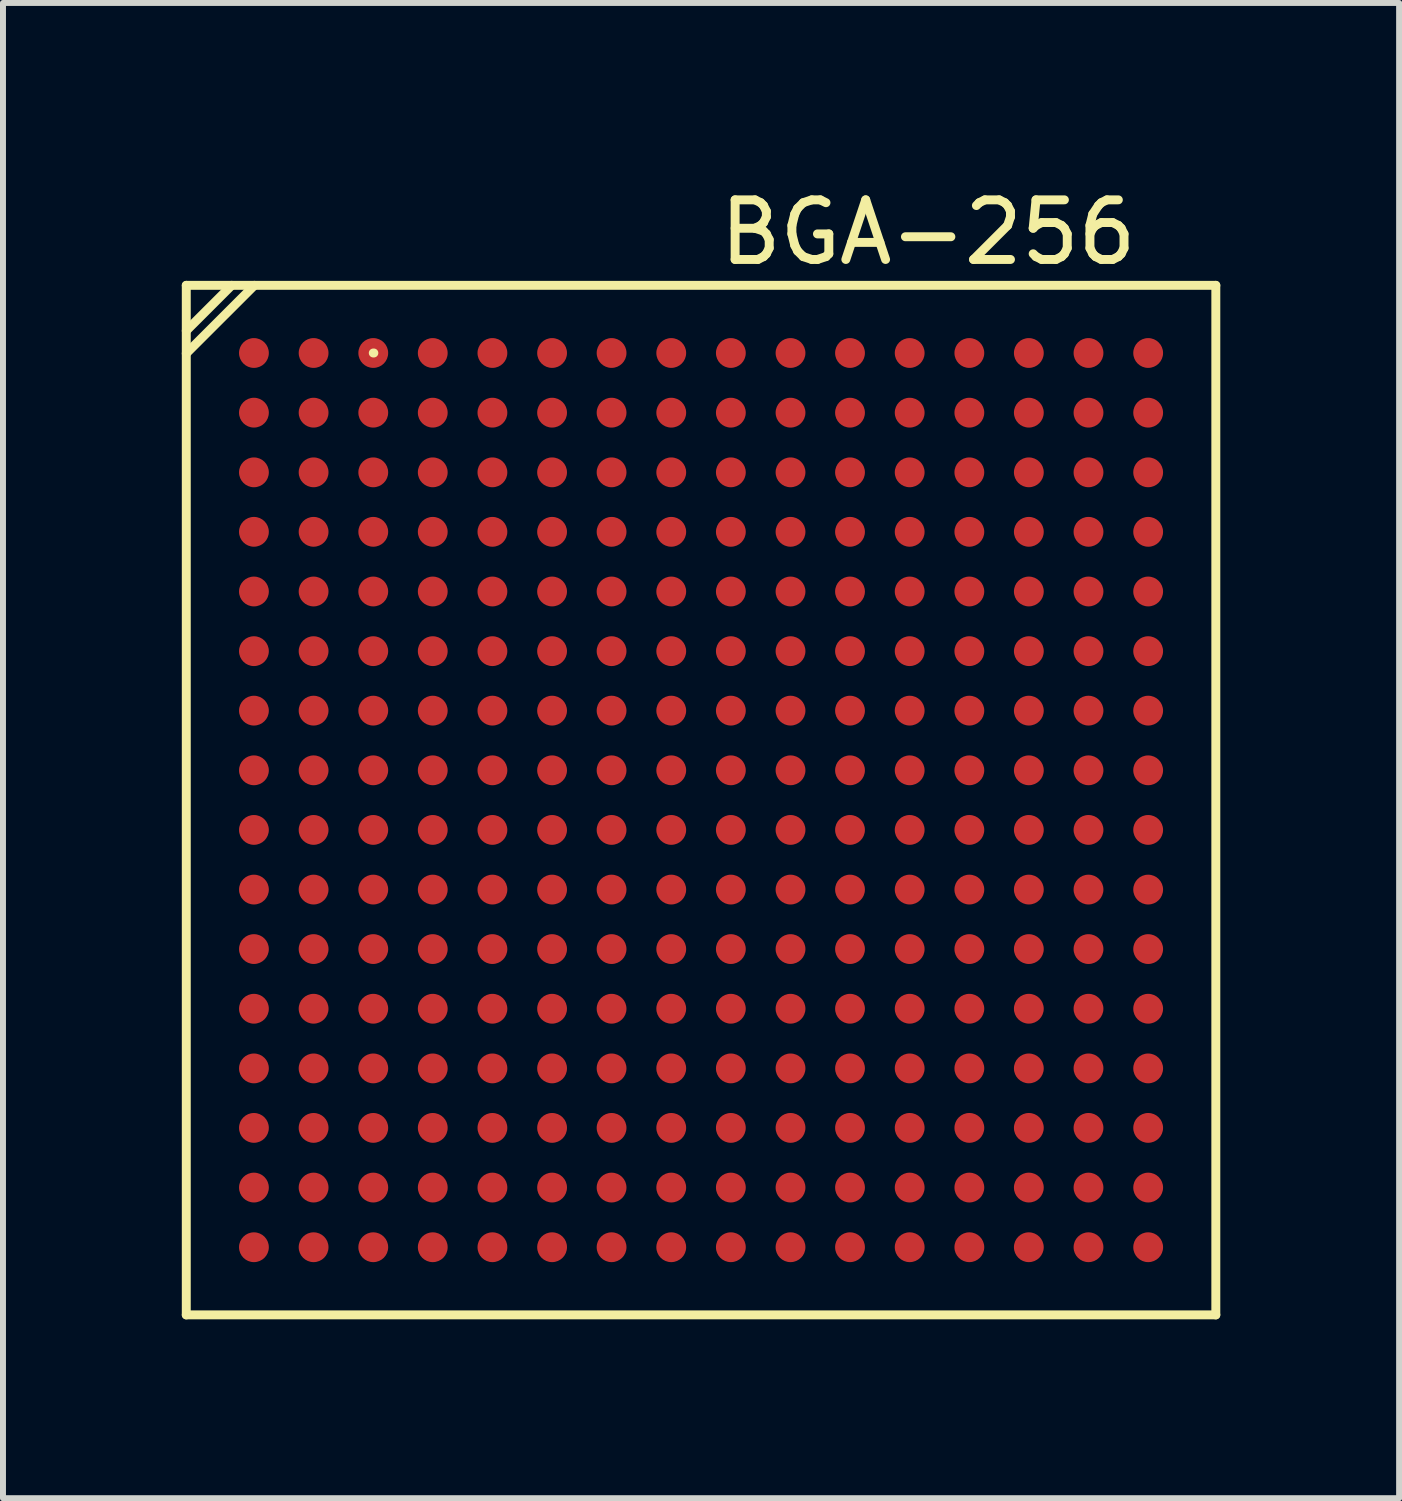
<source format=kicad_pcb>
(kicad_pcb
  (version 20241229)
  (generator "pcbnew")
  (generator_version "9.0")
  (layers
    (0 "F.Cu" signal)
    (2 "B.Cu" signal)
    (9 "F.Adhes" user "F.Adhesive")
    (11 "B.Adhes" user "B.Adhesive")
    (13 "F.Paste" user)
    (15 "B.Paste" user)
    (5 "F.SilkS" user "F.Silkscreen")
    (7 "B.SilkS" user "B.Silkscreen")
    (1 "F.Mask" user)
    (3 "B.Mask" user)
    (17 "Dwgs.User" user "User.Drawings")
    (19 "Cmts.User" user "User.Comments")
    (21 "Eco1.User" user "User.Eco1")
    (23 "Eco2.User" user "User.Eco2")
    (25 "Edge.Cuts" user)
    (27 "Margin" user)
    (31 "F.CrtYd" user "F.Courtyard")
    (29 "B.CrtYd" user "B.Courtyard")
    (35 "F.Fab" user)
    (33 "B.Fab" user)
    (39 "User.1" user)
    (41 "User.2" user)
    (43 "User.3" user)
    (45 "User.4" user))
  (footprint "BGA-256"
    (layer "F.Cu")
    (at 8.711 10.373)
    (property "Reference" "BGA-256" (at 3.81 -9.525 0) (layer "F.SilkS") (effects (font (size 1 1) (thickness 0.15))))
    (attr smd)
    (fp_line (start -8.636 -8.636) (end 8.636 -8.636) (stroke (width 0.15) (type solid)) (layer "F.SilkS"))
    (fp_line (start -8.636 -7.874) (end -7.874 -8.636) (stroke (width 0.15) (type solid)) (layer "F.SilkS"))
    (fp_line (start -8.636 -7.493) (end -7.493 -8.636) (stroke (width 0.15) (type solid)) (layer "F.SilkS"))
    (fp_line (start -8.636 8.636) (end -8.636 -8.636) (stroke (width 0.15) (type solid)) (layer "F.SilkS"))
    (fp_line (start -5.499 -7.501) (end -5.489 -7.501) (stroke (width 0.15) (type solid)) (layer "F.SilkS"))
    (fp_line (start 8.636 -8.636) (end 8.636 8.636) (stroke (width 0.15) (type solid)) (layer "F.SilkS"))
    (fp_line (start 8.636 8.636) (end -8.636 8.636) (stroke (width 0.15) (type solid)) (layer "F.SilkS"))
    (pad "A1" smd circle (at -7.501 -7.501) (size 0.5 0.5) (layers "F.Cu" "F.Mask" "F.Paste"))
    (pad "A2" smd circle (at -6.5 -7.501) (size 0.5 0.5) (layers "F.Cu" "F.Mask" "F.Paste"))
    (pad "A3" smd circle (at -5.499 -7.501) (size 0.5 0.5) (layers "F.Cu" "F.Mask" "F.Paste"))
    (pad "A4" smd circle (at -4.501 -7.501) (size 0.5 0.5) (layers "F.Cu" "F.Mask" "F.Paste"))
    (pad "A5" smd circle (at -3.5 -7.501) (size 0.5 0.5) (layers "F.Cu" "F.Mask" "F.Paste"))
    (pad "A6" smd circle (at -2.499 -7.501) (size 0.5 0.5) (layers "F.Cu" "F.Mask" "F.Paste"))
    (pad "A7" smd circle (at -1.501 -7.501) (size 0.5 0.5) (layers "F.Cu" "F.Mask" "F.Paste"))
    (pad "A8" smd circle (at -0.5 -7.501) (size 0.5 0.5) (layers "F.Cu" "F.Mask" "F.Paste"))
    (pad "A9" smd circle (at 0.5 -7.501) (size 0.5 0.5) (layers "F.Cu" "F.Mask" "F.Paste"))
    (pad "A10" smd circle (at 1.501 -7.501) (size 0.5 0.5) (layers "F.Cu" "F.Mask" "F.Paste"))
    (pad "A11" smd circle (at 2.499 -7.501) (size 0.5 0.5) (layers "F.Cu" "F.Mask" "F.Paste"))
    (pad "A12" smd circle (at 3.5 -7.501) (size 0.5 0.5) (layers "F.Cu" "F.Mask" "F.Paste"))
    (pad "A13" smd circle (at 4.501 -7.501) (size 0.5 0.5) (layers "F.Cu" "F.Mask" "F.Paste"))
    (pad "A14" smd circle (at 5.499 -7.501) (size 0.5 0.5) (layers "F.Cu" "F.Mask" "F.Paste"))
    (pad "A15" smd circle (at 6.5 -7.501) (size 0.5 0.5) (layers "F.Cu" "F.Mask" "F.Paste"))
    (pad "A16" smd circle (at 7.501 -7.501) (size 0.5 0.5) (layers "F.Cu" "F.Mask" "F.Paste"))
    (pad "B1" smd circle (at -7.501 -6.5) (size 0.5 0.5) (layers "F.Cu" "F.Mask" "F.Paste"))
    (pad "B2" smd circle (at -6.5 -6.5) (size 0.5 0.5) (layers "F.Cu" "F.Mask" "F.Paste"))
    (pad "B3" smd circle (at -5.499 -6.5) (size 0.5 0.5) (layers "F.Cu" "F.Mask" "F.Paste"))
    (pad "B4" smd circle (at -4.501 -6.5) (size 0.5 0.5) (layers "F.Cu" "F.Mask" "F.Paste"))
    (pad "B5" smd circle (at -3.5 -6.5) (size 0.5 0.5) (layers "F.Cu" "F.Mask" "F.Paste"))
    (pad "B6" smd circle (at -2.499 -6.5) (size 0.5 0.5) (layers "F.Cu" "F.Mask" "F.Paste"))
    (pad "B7" smd circle (at -1.501 -6.5) (size 0.5 0.5) (layers "F.Cu" "F.Mask" "F.Paste"))
    (pad "B8" smd circle (at -0.5 -6.5) (size 0.5 0.5) (layers "F.Cu" "F.Mask" "F.Paste"))
    (pad "B9" smd circle (at 0.5 -6.5) (size 0.5 0.5) (layers "F.Cu" "F.Mask" "F.Paste"))
    (pad "B10" smd circle (at 1.501 -6.5) (size 0.5 0.5) (layers "F.Cu" "F.Mask" "F.Paste"))
    (pad "B11" smd circle (at 2.499 -6.5) (size 0.5 0.5) (layers "F.Cu" "F.Mask" "F.Paste"))
    (pad "B12" smd circle (at 3.5 -6.5) (size 0.5 0.5) (layers "F.Cu" "F.Mask" "F.Paste"))
    (pad "B13" smd circle (at 4.501 -6.5) (size 0.5 0.5) (layers "F.Cu" "F.Mask" "F.Paste"))
    (pad "B14" smd circle (at 5.499 -6.5) (size 0.5 0.5) (layers "F.Cu" "F.Mask" "F.Paste"))
    (pad "B15" smd circle (at 6.5 -6.5) (size 0.5 0.5) (layers "F.Cu" "F.Mask" "F.Paste"))
    (pad "B16" smd circle (at 7.501 -6.5) (size 0.5 0.5) (layers "F.Cu" "F.Mask" "F.Paste"))
    (pad "C1" smd circle (at -7.501 -5.499) (size 0.5 0.5) (layers "F.Cu" "F.Mask" "F.Paste"))
    (pad "C2" smd circle (at -6.5 -5.499) (size 0.5 0.5) (layers "F.Cu" "F.Mask" "F.Paste"))
    (pad "C3" smd circle (at -5.499 -5.499) (size 0.5 0.5) (layers "F.Cu" "F.Mask" "F.Paste"))
    (pad "C4" smd circle (at -4.501 -5.499) (size 0.5 0.5) (layers "F.Cu" "F.Mask" "F.Paste"))
    (pad "C5" smd circle (at -3.5 -5.499) (size 0.5 0.5) (layers "F.Cu" "F.Mask" "F.Paste"))
    (pad "C6" smd circle (at -2.499 -5.499) (size 0.5 0.5) (layers "F.Cu" "F.Mask" "F.Paste"))
    (pad "C7" smd circle (at -1.501 -5.499) (size 0.5 0.5) (layers "F.Cu" "F.Mask" "F.Paste"))
    (pad "C8" smd circle (at -0.5 -5.499) (size 0.5 0.5) (layers "F.Cu" "F.Mask" "F.Paste"))
    (pad "C9" smd circle (at 0.5 -5.499) (size 0.5 0.5) (layers "F.Cu" "F.Mask" "F.Paste"))
    (pad "C10" smd circle (at 1.501 -5.499) (size 0.5 0.5) (layers "F.Cu" "F.Mask" "F.Paste"))
    (pad "C11" smd circle (at 2.499 -5.499) (size 0.5 0.5) (layers "F.Cu" "F.Mask" "F.Paste"))
    (pad "C12" smd circle (at 3.5 -5.499) (size 0.5 0.5) (layers "F.Cu" "F.Mask" "F.Paste"))
    (pad "C13" smd circle (at 4.501 -5.499) (size 0.5 0.5) (layers "F.Cu" "F.Mask" "F.Paste"))
    (pad "C14" smd circle (at 5.499 -5.499) (size 0.5 0.5) (layers "F.Cu" "F.Mask" "F.Paste"))
    (pad "C15" smd circle (at 6.5 -5.499) (size 0.5 0.5) (layers "F.Cu" "F.Mask" "F.Paste"))
    (pad "C16" smd circle (at 7.501 -5.499) (size 0.5 0.5) (layers "F.Cu" "F.Mask" "F.Paste"))
    (pad "D1" smd circle (at -7.501 -4.501) (size 0.5 0.5) (layers "F.Cu" "F.Mask" "F.Paste"))
    (pad "D2" smd circle (at -6.5 -4.501) (size 0.5 0.5) (layers "F.Cu" "F.Mask" "F.Paste"))
    (pad "D3" smd circle (at -5.499 -4.501) (size 0.5 0.5) (layers "F.Cu" "F.Mask" "F.Paste"))
    (pad "D4" smd circle (at -4.501 -4.501) (size 0.5 0.5) (layers "F.Cu" "F.Mask" "F.Paste"))
    (pad "D5" smd circle (at -3.5 -4.501) (size 0.5 0.5) (layers "F.Cu" "F.Mask" "F.Paste"))
    (pad "D6" smd circle (at -2.499 -4.501) (size 0.5 0.5) (layers "F.Cu" "F.Mask" "F.Paste"))
    (pad "D7" smd circle (at -1.501 -4.501) (size 0.5 0.5) (layers "F.Cu" "F.Mask" "F.Paste"))
    (pad "D8" smd circle (at -0.5 -4.501) (size 0.5 0.5) (layers "F.Cu" "F.Mask" "F.Paste"))
    (pad "D9" smd circle (at 0.5 -4.501) (size 0.5 0.5) (layers "F.Cu" "F.Mask" "F.Paste"))
    (pad "D10" smd circle (at 1.501 -4.501) (size 0.5 0.5) (layers "F.Cu" "F.Mask" "F.Paste"))
    (pad "D11" smd circle (at 2.499 -4.501) (size 0.5 0.5) (layers "F.Cu" "F.Mask" "F.Paste"))
    (pad "D12" smd circle (at 3.5 -4.501) (size 0.5 0.5) (layers "F.Cu" "F.Mask" "F.Paste"))
    (pad "D13" smd circle (at 4.501 -4.501) (size 0.5 0.5) (layers "F.Cu" "F.Mask" "F.Paste"))
    (pad "D14" smd circle (at 5.499 -4.501) (size 0.5 0.5) (layers "F.Cu" "F.Mask" "F.Paste"))
    (pad "D15" smd circle (at 6.5 -4.501) (size 0.5 0.5) (layers "F.Cu" "F.Mask" "F.Paste"))
    (pad "D16" smd circle (at 7.501 -4.501) (size 0.5 0.5) (layers "F.Cu" "F.Mask" "F.Paste"))
    (pad "E1" smd circle (at -7.501 -3.5) (size 0.5 0.5) (layers "F.Cu" "F.Mask" "F.Paste"))
    (pad "E2" smd circle (at -6.5 -3.5) (size 0.5 0.5) (layers "F.Cu" "F.Mask" "F.Paste"))
    (pad "E3" smd circle (at -5.499 -3.5) (size 0.5 0.5) (layers "F.Cu" "F.Mask" "F.Paste"))
    (pad "E4" smd circle (at -4.501 -3.5) (size 0.5 0.5) (layers "F.Cu" "F.Mask" "F.Paste"))
    (pad "E5" smd circle (at -3.5 -3.5) (size 0.5 0.5) (layers "F.Cu" "F.Mask" "F.Paste"))
    (pad "E6" smd circle (at -2.499 -3.5) (size 0.5 0.5) (layers "F.Cu" "F.Mask" "F.Paste"))
    (pad "E7" smd circle (at -1.501 -3.5) (size 0.5 0.5) (layers "F.Cu" "F.Mask" "F.Paste"))
    (pad "E8" smd circle (at -0.5 -3.5) (size 0.5 0.5) (layers "F.Cu" "F.Mask" "F.Paste"))
    (pad "E9" smd circle (at 0.5 -3.5) (size 0.5 0.5) (layers "F.Cu" "F.Mask" "F.Paste"))
    (pad "E10" smd circle (at 1.501 -3.5) (size 0.5 0.5) (layers "F.Cu" "F.Mask" "F.Paste"))
    (pad "E11" smd circle (at 2.499 -3.5) (size 0.5 0.5) (layers "F.Cu" "F.Mask" "F.Paste"))
    (pad "E12" smd circle (at 3.5 -3.5) (size 0.5 0.5) (layers "F.Cu" "F.Mask" "F.Paste"))
    (pad "E13" smd circle (at 4.501 -3.5) (size 0.5 0.5) (layers "F.Cu" "F.Mask" "F.Paste"))
    (pad "E14" smd circle (at 5.499 -3.5) (size 0.5 0.5) (layers "F.Cu" "F.Mask" "F.Paste"))
    (pad "E15" smd circle (at 6.5 -3.5) (size 0.5 0.5) (layers "F.Cu" "F.Mask" "F.Paste"))
    (pad "E16" smd circle (at 7.501 -3.5) (size 0.5 0.5) (layers "F.Cu" "F.Mask" "F.Paste"))
    (pad "F1" smd circle (at -7.501 -2.499) (size 0.5 0.5) (layers "F.Cu" "F.Mask" "F.Paste"))
    (pad "F2" smd circle (at -6.5 -2.499) (size 0.5 0.5) (layers "F.Cu" "F.Mask" "F.Paste"))
    (pad "F3" smd circle (at -5.499 -2.499) (size 0.5 0.5) (layers "F.Cu" "F.Mask" "F.Paste"))
    (pad "F4" smd circle (at -4.501 -2.499) (size 0.5 0.5) (layers "F.Cu" "F.Mask" "F.Paste"))
    (pad "F5" smd circle (at -3.5 -2.499) (size 0.5 0.5) (layers "F.Cu" "F.Mask" "F.Paste"))
    (pad "F6" smd circle (at -2.499 -2.499) (size 0.5 0.5) (layers "F.Cu" "F.Mask" "F.Paste"))
    (pad "F7" smd circle (at -1.501 -2.499) (size 0.5 0.5) (layers "F.Cu" "F.Mask" "F.Paste"))
    (pad "F8" smd circle (at -0.5 -2.499) (size 0.5 0.5) (layers "F.Cu" "F.Mask" "F.Paste"))
    (pad "F9" smd circle (at 0.5 -2.499) (size 0.5 0.5) (layers "F.Cu" "F.Mask" "F.Paste"))
    (pad "F10" smd circle (at 1.501 -2.499) (size 0.5 0.5) (layers "F.Cu" "F.Mask" "F.Paste"))
    (pad "F11" smd circle (at 2.499 -2.499) (size 0.5 0.5) (layers "F.Cu" "F.Mask" "F.Paste"))
    (pad "F12" smd circle (at 3.5 -2.499) (size 0.5 0.5) (layers "F.Cu" "F.Mask" "F.Paste"))
    (pad "F13" smd circle (at 4.501 -2.499) (size 0.5 0.5) (layers "F.Cu" "F.Mask" "F.Paste"))
    (pad "F14" smd circle (at 5.499 -2.499) (size 0.5 0.5) (layers "F.Cu" "F.Mask" "F.Paste"))
    (pad "F15" smd circle (at 6.5 -2.499) (size 0.5 0.5) (layers "F.Cu" "F.Mask" "F.Paste"))
    (pad "F16" smd circle (at 7.501 -2.499) (size 0.5 0.5) (layers "F.Cu" "F.Mask" "F.Paste"))
    (pad "G1" smd circle (at -7.501 -1.501) (size 0.5 0.5) (layers "F.Cu" "F.Mask" "F.Paste"))
    (pad "G2" smd circle (at -6.5 -1.501) (size 0.5 0.5) (layers "F.Cu" "F.Mask" "F.Paste"))
    (pad "G3" smd circle (at -5.499 -1.501) (size 0.5 0.5) (layers "F.Cu" "F.Mask" "F.Paste"))
    (pad "G4" smd circle (at -4.501 -1.501) (size 0.5 0.5) (layers "F.Cu" "F.Mask" "F.Paste"))
    (pad "G5" smd circle (at -3.5 -1.501) (size 0.5 0.5) (layers "F.Cu" "F.Mask" "F.Paste"))
    (pad "G6" smd circle (at -2.499 -1.501) (size 0.5 0.5) (layers "F.Cu" "F.Mask" "F.Paste"))
    (pad "G7" smd circle (at -1.501 -1.501) (size 0.5 0.5) (layers "F.Cu" "F.Mask" "F.Paste"))
    (pad "G8" smd circle (at -0.5 -1.501) (size 0.5 0.5) (layers "F.Cu" "F.Mask" "F.Paste"))
    (pad "G9" smd circle (at 0.5 -1.501) (size 0.5 0.5) (layers "F.Cu" "F.Mask" "F.Paste"))
    (pad "G10" smd circle (at 1.501 -1.501) (size 0.5 0.5) (layers "F.Cu" "F.Mask" "F.Paste"))
    (pad "G11" smd circle (at 2.499 -1.501) (size 0.5 0.5) (layers "F.Cu" "F.Mask" "F.Paste"))
    (pad "G12" smd circle (at 3.5 -1.501) (size 0.5 0.5) (layers "F.Cu" "F.Mask" "F.Paste"))
    (pad "G13" smd circle (at 4.501 -1.501) (size 0.5 0.5) (layers "F.Cu" "F.Mask" "F.Paste"))
    (pad "G14" smd circle (at 5.499 -1.501) (size 0.5 0.5) (layers "F.Cu" "F.Mask" "F.Paste"))
    (pad "G15" smd circle (at 6.5 -1.501) (size 0.5 0.5) (layers "F.Cu" "F.Mask" "F.Paste"))
    (pad "G16" smd circle (at 7.501 -1.501) (size 0.5 0.5) (layers "F.Cu" "F.Mask" "F.Paste"))
    (pad "H1" smd circle (at -7.501 -0.5) (size 0.5 0.5) (layers "F.Cu" "F.Mask" "F.Paste"))
    (pad "H2" smd circle (at -6.5 -0.5) (size 0.5 0.5) (layers "F.Cu" "F.Mask" "F.Paste"))
    (pad "H3" smd circle (at -5.499 -0.5) (size 0.5 0.5) (layers "F.Cu" "F.Mask" "F.Paste"))
    (pad "H4" smd circle (at -4.501 -0.5) (size 0.5 0.5) (layers "F.Cu" "F.Mask" "F.Paste"))
    (pad "H5" smd circle (at -3.5 -0.5) (size 0.5 0.5) (layers "F.Cu" "F.Mask" "F.Paste"))
    (pad "H6" smd circle (at -2.499 -0.5) (size 0.5 0.5) (layers "F.Cu" "F.Mask" "F.Paste"))
    (pad "H7" smd circle (at -1.501 -0.5) (size 0.5 0.5) (layers "F.Cu" "F.Mask" "F.Paste"))
    (pad "H8" smd circle (at -0.5 -0.5) (size 0.5 0.5) (layers "F.Cu" "F.Mask" "F.Paste"))
    (pad "H9" smd circle (at 0.5 -0.5) (size 0.5 0.5) (layers "F.Cu" "F.Mask" "F.Paste"))
    (pad "H10" smd circle (at 1.501 -0.5) (size 0.5 0.5) (layers "F.Cu" "F.Mask" "F.Paste"))
    (pad "H11" smd circle (at 2.499 -0.5) (size 0.5 0.5) (layers "F.Cu" "F.Mask" "F.Paste"))
    (pad "H12" smd circle (at 3.5 -0.5) (size 0.5 0.5) (layers "F.Cu" "F.Mask" "F.Paste"))
    (pad "H13" smd circle (at 4.501 -0.5) (size 0.5 0.5) (layers "F.Cu" "F.Mask" "F.Paste"))
    (pad "H14" smd circle (at 5.499 -0.5) (size 0.5 0.5) (layers "F.Cu" "F.Mask" "F.Paste"))
    (pad "H15" smd circle (at 6.5 -0.5) (size 0.5 0.5) (layers "F.Cu" "F.Mask" "F.Paste"))
    (pad "H16" smd circle (at 7.501 -0.5) (size 0.5 0.5) (layers "F.Cu" "F.Mask" "F.Paste"))
    (pad "J1" smd circle (at -7.501 0.5) (size 0.5 0.5) (layers "F.Cu" "F.Mask" "F.Paste"))
    (pad "J2" smd circle (at -6.5 0.5) (size 0.5 0.5) (layers "F.Cu" "F.Mask" "F.Paste"))
    (pad "J3" smd circle (at -5.499 0.5) (size 0.5 0.5) (layers "F.Cu" "F.Mask" "F.Paste"))
    (pad "J4" smd circle (at -4.501 0.5) (size 0.5 0.5) (layers "F.Cu" "F.Mask" "F.Paste"))
    (pad "J5" smd circle (at -3.5 0.5) (size 0.5 0.5) (layers "F.Cu" "F.Mask" "F.Paste"))
    (pad "J6" smd circle (at -2.499 0.5) (size 0.5 0.5) (layers "F.Cu" "F.Mask" "F.Paste"))
    (pad "J7" smd circle (at -1.501 0.5) (size 0.5 0.5) (layers "F.Cu" "F.Mask" "F.Paste"))
    (pad "J8" smd circle (at -0.5 0.5) (size 0.5 0.5) (layers "F.Cu" "F.Mask" "F.Paste"))
    (pad "J9" smd circle (at 0.5 0.5) (size 0.5 0.5) (layers "F.Cu" "F.Mask" "F.Paste"))
    (pad "J10" smd circle (at 1.501 0.5) (size 0.5 0.5) (layers "F.Cu" "F.Mask" "F.Paste"))
    (pad "J11" smd circle (at 2.499 0.5) (size 0.5 0.5) (layers "F.Cu" "F.Mask" "F.Paste"))
    (pad "J12" smd circle (at 3.5 0.5) (size 0.5 0.5) (layers "F.Cu" "F.Mask" "F.Paste"))
    (pad "J13" smd circle (at 4.501 0.5) (size 0.5 0.5) (layers "F.Cu" "F.Mask" "F.Paste"))
    (pad "J14" smd circle (at 5.499 0.5) (size 0.5 0.5) (layers "F.Cu" "F.Mask" "F.Paste"))
    (pad "J15" smd circle (at 6.5 0.5) (size 0.5 0.5) (layers "F.Cu" "F.Mask" "F.Paste"))
    (pad "J16" smd circle (at 7.501 0.5) (size 0.5 0.5) (layers "F.Cu" "F.Mask" "F.Paste"))
    (pad "K1" smd circle (at -7.501 1.501) (size 0.5 0.5) (layers "F.Cu" "F.Mask" "F.Paste"))
    (pad "K2" smd circle (at -6.5 1.501) (size 0.5 0.5) (layers "F.Cu" "F.Mask" "F.Paste"))
    (pad "K3" smd circle (at -5.499 1.501) (size 0.5 0.5) (layers "F.Cu" "F.Mask" "F.Paste"))
    (pad "K4" smd circle (at -4.501 1.501) (size 0.5 0.5) (layers "F.Cu" "F.Mask" "F.Paste"))
    (pad "K5" smd circle (at -3.5 1.501) (size 0.5 0.5) (layers "F.Cu" "F.Mask" "F.Paste"))
    (pad "K6" smd circle (at -2.499 1.501) (size 0.5 0.5) (layers "F.Cu" "F.Mask" "F.Paste"))
    (pad "K7" smd circle (at -1.501 1.501) (size 0.5 0.5) (layers "F.Cu" "F.Mask" "F.Paste"))
    (pad "K8" smd circle (at -0.5 1.501) (size 0.5 0.5) (layers "F.Cu" "F.Mask" "F.Paste"))
    (pad "K9" smd circle (at 0.5 1.501) (size 0.5 0.5) (layers "F.Cu" "F.Mask" "F.Paste"))
    (pad "K10" smd circle (at 1.501 1.501) (size 0.5 0.5) (layers "F.Cu" "F.Mask" "F.Paste"))
    (pad "K11" smd circle (at 2.499 1.501) (size 0.5 0.5) (layers "F.Cu" "F.Mask" "F.Paste"))
    (pad "K12" smd circle (at 3.5 1.501) (size 0.5 0.5) (layers "F.Cu" "F.Mask" "F.Paste"))
    (pad "K13" smd circle (at 4.501 1.501) (size 0.5 0.5) (layers "F.Cu" "F.Mask" "F.Paste"))
    (pad "K14" smd circle (at 5.499 1.501) (size 0.5 0.5) (layers "F.Cu" "F.Mask" "F.Paste"))
    (pad "K15" smd circle (at 6.5 1.501) (size 0.5 0.5) (layers "F.Cu" "F.Mask" "F.Paste"))
    (pad "K16" smd circle (at 7.501 1.501) (size 0.5 0.5) (layers "F.Cu" "F.Mask" "F.Paste"))
    (pad "L1" smd circle (at -7.501 2.499) (size 0.5 0.5) (layers "F.Cu" "F.Mask" "F.Paste"))
    (pad "L2" smd circle (at -6.5 2.499) (size 0.5 0.5) (layers "F.Cu" "F.Mask" "F.Paste"))
    (pad "L3" smd circle (at -5.499 2.499) (size 0.5 0.5) (layers "F.Cu" "F.Mask" "F.Paste"))
    (pad "L4" smd circle (at -4.501 2.499) (size 0.5 0.5) (layers "F.Cu" "F.Mask" "F.Paste"))
    (pad "L5" smd circle (at -3.5 2.499) (size 0.5 0.5) (layers "F.Cu" "F.Mask" "F.Paste"))
    (pad "L6" smd circle (at -2.499 2.499) (size 0.5 0.5) (layers "F.Cu" "F.Mask" "F.Paste"))
    (pad "L7" smd circle (at -1.501 2.499) (size 0.5 0.5) (layers "F.Cu" "F.Mask" "F.Paste"))
    (pad "L8" smd circle (at -0.5 2.499) (size 0.5 0.5) (layers "F.Cu" "F.Mask" "F.Paste"))
    (pad "L9" smd circle (at 0.5 2.499) (size 0.5 0.5) (layers "F.Cu" "F.Mask" "F.Paste"))
    (pad "L10" smd circle (at 1.501 2.499) (size 0.5 0.5) (layers "F.Cu" "F.Mask" "F.Paste"))
    (pad "L11" smd circle (at 2.499 2.499) (size 0.5 0.5) (layers "F.Cu" "F.Mask" "F.Paste"))
    (pad "L12" smd circle (at 3.5 2.499) (size 0.5 0.5) (layers "F.Cu" "F.Mask" "F.Paste"))
    (pad "L13" smd circle (at 4.501 2.499) (size 0.5 0.5) (layers "F.Cu" "F.Mask" "F.Paste"))
    (pad "L14" smd circle (at 5.499 2.499) (size 0.5 0.5) (layers "F.Cu" "F.Mask" "F.Paste"))
    (pad "L15" smd circle (at 6.5 2.499) (size 0.5 0.5) (layers "F.Cu" "F.Mask" "F.Paste"))
    (pad "L16" smd circle (at 7.501 2.499) (size 0.5 0.5) (layers "F.Cu" "F.Mask" "F.Paste"))
    (pad "M1" smd circle (at -7.501 3.5) (size 0.5 0.5) (layers "F.Cu" "F.Mask" "F.Paste"))
    (pad "M2" smd circle (at -6.5 3.5) (size 0.5 0.5) (layers "F.Cu" "F.Mask" "F.Paste"))
    (pad "M3" smd circle (at -5.499 3.5) (size 0.5 0.5) (layers "F.Cu" "F.Mask" "F.Paste"))
    (pad "M4" smd circle (at -4.501 3.5) (size 0.5 0.5) (layers "F.Cu" "F.Mask" "F.Paste"))
    (pad "M5" smd circle (at -3.5 3.5) (size 0.5 0.5) (layers "F.Cu" "F.Mask" "F.Paste"))
    (pad "M6" smd circle (at -2.499 3.5) (size 0.5 0.5) (layers "F.Cu" "F.Mask" "F.Paste"))
    (pad "M7" smd circle (at -1.501 3.5) (size 0.5 0.5) (layers "F.Cu" "F.Mask" "F.Paste"))
    (pad "M8" smd circle (at -0.5 3.5) (size 0.5 0.5) (layers "F.Cu" "F.Mask" "F.Paste"))
    (pad "M9" smd circle (at 0.5 3.5) (size 0.5 0.5) (layers "F.Cu" "F.Mask" "F.Paste"))
    (pad "M10" smd circle (at 1.501 3.5) (size 0.5 0.5) (layers "F.Cu" "F.Mask" "F.Paste"))
    (pad "M11" smd circle (at 2.499 3.5) (size 0.5 0.5) (layers "F.Cu" "F.Mask" "F.Paste"))
    (pad "M12" smd circle (at 3.5 3.5) (size 0.5 0.5) (layers "F.Cu" "F.Mask" "F.Paste"))
    (pad "M13" smd circle (at 4.501 3.5) (size 0.5 0.5) (layers "F.Cu" "F.Mask" "F.Paste"))
    (pad "M14" smd circle (at 5.499 3.5) (size 0.5 0.5) (layers "F.Cu" "F.Mask" "F.Paste"))
    (pad "M15" smd circle (at 6.5 3.5) (size 0.5 0.5) (layers "F.Cu" "F.Mask" "F.Paste"))
    (pad "M16" smd circle (at 7.501 3.5) (size 0.5 0.5) (layers "F.Cu" "F.Mask" "F.Paste"))
    (pad "N1" smd circle (at -7.501 4.501) (size 0.5 0.5) (layers "F.Cu" "F.Mask" "F.Paste"))
    (pad "N2" smd circle (at -6.5 4.501) (size 0.5 0.5) (layers "F.Cu" "F.Mask" "F.Paste"))
    (pad "N3" smd circle (at -5.499 4.501) (size 0.5 0.5) (layers "F.Cu" "F.Mask" "F.Paste"))
    (pad "N4" smd circle (at -4.501 4.501) (size 0.5 0.5) (layers "F.Cu" "F.Mask" "F.Paste"))
    (pad "N5" smd circle (at -3.5 4.501) (size 0.5 0.5) (layers "F.Cu" "F.Mask" "F.Paste"))
    (pad "N6" smd circle (at -2.499 4.501) (size 0.5 0.5) (layers "F.Cu" "F.Mask" "F.Paste"))
    (pad "N7" smd circle (at -1.501 4.501) (size 0.5 0.5) (layers "F.Cu" "F.Mask" "F.Paste"))
    (pad "N8" smd circle (at -0.5 4.501) (size 0.5 0.5) (layers "F.Cu" "F.Mask" "F.Paste"))
    (pad "N9" smd circle (at 0.5 4.501) (size 0.5 0.5) (layers "F.Cu" "F.Mask" "F.Paste"))
    (pad "N10" smd circle (at 1.501 4.501) (size 0.5 0.5) (layers "F.Cu" "F.Mask" "F.Paste"))
    (pad "N11" smd circle (at 2.499 4.501) (size 0.5 0.5) (layers "F.Cu" "F.Mask" "F.Paste"))
    (pad "N12" smd circle (at 3.5 4.501) (size 0.5 0.5) (layers "F.Cu" "F.Mask" "F.Paste"))
    (pad "N13" smd circle (at 4.501 4.501) (size 0.5 0.5) (layers "F.Cu" "F.Mask" "F.Paste"))
    (pad "N14" smd circle (at 5.499 4.501) (size 0.5 0.5) (layers "F.Cu" "F.Mask" "F.Paste"))
    (pad "N15" smd circle (at 6.5 4.501) (size 0.5 0.5) (layers "F.Cu" "F.Mask" "F.Paste"))
    (pad "N16" smd circle (at 7.501 4.501) (size 0.5 0.5) (layers "F.Cu" "F.Mask" "F.Paste"))
    (pad "P1" smd circle (at -7.501 5.499) (size 0.5 0.5) (layers "F.Cu" "F.Mask" "F.Paste"))
    (pad "P2" smd circle (at -6.5 5.499) (size 0.5 0.5) (layers "F.Cu" "F.Mask" "F.Paste"))
    (pad "P3" smd circle (at -5.499 5.499) (size 0.5 0.5) (layers "F.Cu" "F.Mask" "F.Paste"))
    (pad "P4" smd circle (at -4.501 5.499) (size 0.5 0.5) (layers "F.Cu" "F.Mask" "F.Paste"))
    (pad "P5" smd circle (at -3.5 5.499) (size 0.5 0.5) (layers "F.Cu" "F.Mask" "F.Paste"))
    (pad "P6" smd circle (at -2.499 5.499) (size 0.5 0.5) (layers "F.Cu" "F.Mask" "F.Paste"))
    (pad "P7" smd circle (at -1.501 5.499) (size 0.5 0.5) (layers "F.Cu" "F.Mask" "F.Paste"))
    (pad "P8" smd circle (at -0.5 5.499) (size 0.5 0.5) (layers "F.Cu" "F.Mask" "F.Paste"))
    (pad "P9" smd circle (at 0.5 5.499) (size 0.5 0.5) (layers "F.Cu" "F.Mask" "F.Paste"))
    (pad "P10" smd circle (at 1.501 5.499) (size 0.5 0.5) (layers "F.Cu" "F.Mask" "F.Paste"))
    (pad "P11" smd circle (at 2.499 5.499) (size 0.5 0.5) (layers "F.Cu" "F.Mask" "F.Paste"))
    (pad "P12" smd circle (at 3.5 5.499) (size 0.5 0.5) (layers "F.Cu" "F.Mask" "F.Paste"))
    (pad "P13" smd circle (at 4.501 5.499) (size 0.5 0.5) (layers "F.Cu" "F.Mask" "F.Paste"))
    (pad "P14" smd circle (at 5.499 5.499) (size 0.5 0.5) (layers "F.Cu" "F.Mask" "F.Paste"))
    (pad "P15" smd circle (at 6.5 5.499) (size 0.5 0.5) (layers "F.Cu" "F.Mask" "F.Paste"))
    (pad "P16" smd circle (at 7.501 5.499) (size 0.5 0.5) (layers "F.Cu" "F.Mask" "F.Paste"))
    (pad "R1" smd circle (at -7.501 6.5) (size 0.5 0.5) (layers "F.Cu" "F.Mask" "F.Paste"))
    (pad "R2" smd circle (at -6.5 6.5) (size 0.5 0.5) (layers "F.Cu" "F.Mask" "F.Paste"))
    (pad "R3" smd circle (at -5.499 6.5) (size 0.5 0.5) (layers "F.Cu" "F.Mask" "F.Paste"))
    (pad "R4" smd circle (at -4.501 6.5) (size 0.5 0.5) (layers "F.Cu" "F.Mask" "F.Paste"))
    (pad "R5" smd circle (at -3.5 6.5) (size 0.5 0.5) (layers "F.Cu" "F.Mask" "F.Paste"))
    (pad "R6" smd circle (at -2.499 6.5) (size 0.5 0.5) (layers "F.Cu" "F.Mask" "F.Paste"))
    (pad "R7" smd circle (at -1.501 6.5) (size 0.5 0.5) (layers "F.Cu" "F.Mask" "F.Paste"))
    (pad "R8" smd circle (at -0.5 6.5) (size 0.5 0.5) (layers "F.Cu" "F.Mask" "F.Paste"))
    (pad "R9" smd circle (at 0.5 6.5) (size 0.5 0.5) (layers "F.Cu" "F.Mask" "F.Paste"))
    (pad "R10" smd circle (at 1.501 6.5) (size 0.5 0.5) (layers "F.Cu" "F.Mask" "F.Paste"))
    (pad "R11" smd circle (at 2.499 6.5) (size 0.5 0.5) (layers "F.Cu" "F.Mask" "F.Paste"))
    (pad "R12" smd circle (at 3.5 6.5) (size 0.5 0.5) (layers "F.Cu" "F.Mask" "F.Paste"))
    (pad "R13" smd circle (at 4.501 6.5) (size 0.5 0.5) (layers "F.Cu" "F.Mask" "F.Paste"))
    (pad "R14" smd circle (at 5.499 6.5) (size 0.5 0.5) (layers "F.Cu" "F.Mask" "F.Paste"))
    (pad "R15" smd circle (at 6.5 6.5) (size 0.5 0.5) (layers "F.Cu" "F.Mask" "F.Paste"))
    (pad "R16" smd circle (at 7.501 6.5) (size 0.5 0.5) (layers "F.Cu" "F.Mask" "F.Paste"))
    (pad "T1" smd circle (at -7.501 7.501) (size 0.5 0.5) (layers "F.Cu" "F.Mask" "F.Paste"))
    (pad "T2" smd circle (at -6.5 7.501) (size 0.5 0.5) (layers "F.Cu" "F.Mask" "F.Paste"))
    (pad "T3" smd circle (at -5.499 7.501) (size 0.5 0.5) (layers "F.Cu" "F.Mask" "F.Paste"))
    (pad "T4" smd circle (at -4.501 7.501) (size 0.5 0.5) (layers "F.Cu" "F.Mask" "F.Paste"))
    (pad "T5" smd circle (at -3.5 7.501) (size 0.5 0.5) (layers "F.Cu" "F.Mask" "F.Paste"))
    (pad "T6" smd circle (at -2.499 7.501) (size 0.5 0.5) (layers "F.Cu" "F.Mask" "F.Paste"))
    (pad "T7" smd circle (at -1.501 7.501) (size 0.5 0.5) (layers "F.Cu" "F.Mask" "F.Paste"))
    (pad "T8" smd circle (at -0.5 7.501) (size 0.5 0.5) (layers "F.Cu" "F.Mask" "F.Paste"))
    (pad "T9" smd circle (at 0.5 7.501) (size 0.5 0.5) (layers "F.Cu" "F.Mask" "F.Paste"))
    (pad "T10" smd circle (at 1.501 7.501) (size 0.5 0.5) (layers "F.Cu" "F.Mask" "F.Paste"))
    (pad "T11" smd circle (at 2.499 7.501) (size 0.5 0.5) (layers "F.Cu" "F.Mask" "F.Paste"))
    (pad "T12" smd circle (at 3.5 7.501) (size 0.5 0.5) (layers "F.Cu" "F.Mask" "F.Paste"))
    (pad "T13" smd circle (at 4.501 7.501) (size 0.5 0.5) (layers "F.Cu" "F.Mask" "F.Paste"))
    (pad "T14" smd circle (at 5.499 7.501) (size 0.5 0.5) (layers "F.Cu" "F.Mask" "F.Paste"))
    (pad "T15" smd circle (at 6.5 7.501) (size 0.5 0.5) (layers "F.Cu" "F.Mask" "F.Paste"))
    (pad "T16" smd circle (at 7.501 7.501) (size 0.5 0.5) (layers "F.Cu" "F.Mask" "F.Paste")))
  (gr_rect
    (start -3 -3)
    (end 20.422 22.084)
    (stroke (width 0.1) (type default))
    (fill no)
    (layer "Edge.Cuts")))
</source>
